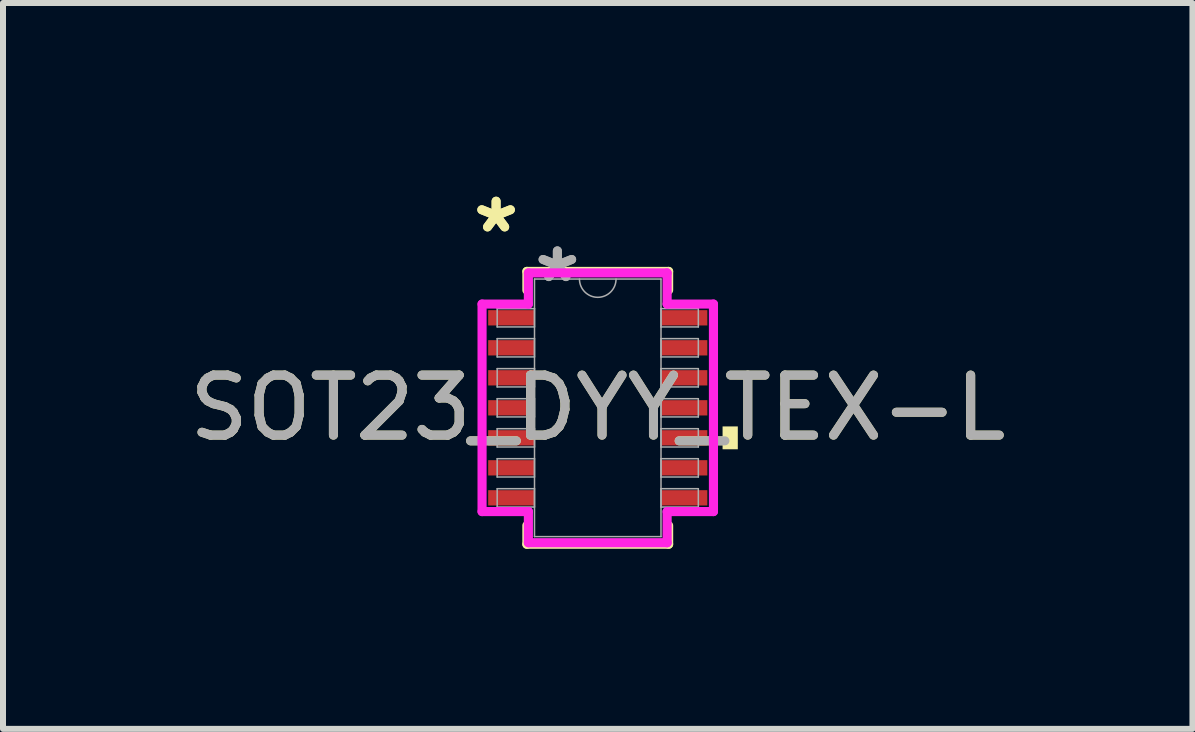
<source format=kicad_pcb>
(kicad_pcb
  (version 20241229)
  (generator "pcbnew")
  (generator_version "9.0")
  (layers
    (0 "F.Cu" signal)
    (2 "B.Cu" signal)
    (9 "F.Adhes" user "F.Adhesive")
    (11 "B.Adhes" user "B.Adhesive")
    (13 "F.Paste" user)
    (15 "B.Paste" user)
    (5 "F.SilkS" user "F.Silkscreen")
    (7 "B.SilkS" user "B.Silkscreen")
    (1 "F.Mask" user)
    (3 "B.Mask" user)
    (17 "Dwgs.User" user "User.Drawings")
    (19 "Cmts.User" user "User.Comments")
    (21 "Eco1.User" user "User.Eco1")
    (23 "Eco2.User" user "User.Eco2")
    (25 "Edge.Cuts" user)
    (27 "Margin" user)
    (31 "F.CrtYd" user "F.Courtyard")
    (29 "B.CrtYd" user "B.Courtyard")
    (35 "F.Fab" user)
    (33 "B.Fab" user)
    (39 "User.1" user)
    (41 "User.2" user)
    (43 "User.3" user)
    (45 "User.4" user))
  (footprint "SOT23_DYY_TEX-L"
    (layer "F.Cu")
    (at 6.911 3.746)
    (property "Reference" "SOT23_DYY_TEX-L" (at 0 0 0) (unlocked yes) (layer "F.SilkS") (effects (font (size 1 1) (thickness 0.15))))
    (attr smd)
    (fp_line (start -1.181 -2.273) (end -1.181 -1.961) (stroke (width 0.152) (type solid)) (layer "F.SilkS"))
    (fp_line (start -1.181 1.961) (end -1.181 2.273) (stroke (width 0.152) (type solid)) (layer "F.SilkS"))
    (fp_line (start -1.181 2.273) (end 1.181 2.273) (stroke (width 0.152) (type solid)) (layer "F.SilkS"))
    (fp_line (start 1.181 -2.273) (end -1.181 -2.273) (stroke (width 0.152) (type solid)) (layer "F.SilkS"))
    (fp_line (start 1.181 -1.961) (end 1.181 -2.273) (stroke (width 0.152) (type solid)) (layer "F.SilkS"))
    (fp_line (start 1.181 2.273) (end 1.181 1.961) (stroke (width 0.152) (type solid)) (layer "F.SilkS"))
    (fp_poly (pts (xy 2.334 0.31) (xy 2.334 0.691) (xy 2.08 0.691) (xy 2.08 0.31)) (stroke (width 0) (type solid)) (fill yes) (layer "F.SilkS"))
    (fp_line (start -1.928 -1.729) (end -1.156 -1.729) (stroke (width 0.152) (type solid)) (layer "F.CrtYd"))
    (fp_line (start -1.928 1.729) (end -1.928 -1.729) (stroke (width 0.152) (type solid)) (layer "F.CrtYd"))
    (fp_line (start -1.928 1.729) (end -1.156 1.729) (stroke (width 0.152) (type solid)) (layer "F.CrtYd"))
    (fp_line (start -1.156 -2.248) (end 1.156 -2.248) (stroke (width 0.152) (type solid)) (layer "F.CrtYd"))
    (fp_line (start -1.156 -1.729) (end -1.156 -2.248) (stroke (width 0.152) (type solid)) (layer "F.CrtYd"))
    (fp_line (start -1.156 2.248) (end -1.156 1.729) (stroke (width 0.152) (type solid)) (layer "F.CrtYd"))
    (fp_line (start 1.156 -2.248) (end 1.156 -1.729) (stroke (width 0.152) (type solid)) (layer "F.CrtYd"))
    (fp_line (start 1.156 1.729) (end 1.156 2.248) (stroke (width 0.152) (type solid)) (layer "F.CrtYd"))
    (fp_line (start 1.156 2.248) (end -1.156 2.248) (stroke (width 0.152) (type solid)) (layer "F.CrtYd"))
    (fp_line (start 1.928 -1.729) (end 1.156 -1.729) (stroke (width 0.152) (type solid)) (layer "F.CrtYd"))
    (fp_line (start 1.928 -1.729) (end 1.928 1.729) (stroke (width 0.152) (type solid)) (layer "F.CrtYd"))
    (fp_line (start 1.928 1.729) (end 1.156 1.729) (stroke (width 0.152) (type solid)) (layer "F.CrtYd"))
    (fp_line (start -1.676 -1.653) (end -1.676 -1.348) (stroke (width 0.025) (type solid)) (layer "F.Fab"))
    (fp_line (start -1.676 -1.348) (end -1.054 -1.348) (stroke (width 0.025) (type solid)) (layer "F.Fab"))
    (fp_line (start -1.676 -1.153) (end -1.676 -0.848) (stroke (width 0.025) (type solid)) (layer "F.Fab"))
    (fp_line (start -1.676 -0.848) (end -1.054 -0.848) (stroke (width 0.025) (type solid)) (layer "F.Fab"))
    (fp_line (start -1.676 -0.653) (end -1.676 -0.348) (stroke (width 0.025) (type solid)) (layer "F.Fab"))
    (fp_line (start -1.676 -0.348) (end -1.054 -0.348) (stroke (width 0.025) (type solid)) (layer "F.Fab"))
    (fp_line (start -1.676 -0.152) (end -1.676 0.152) (stroke (width 0.025) (type solid)) (layer "F.Fab"))
    (fp_line (start -1.676 0.152) (end -1.054 0.152) (stroke (width 0.025) (type solid)) (layer "F.Fab"))
    (fp_line (start -1.676 0.348) (end -1.676 0.653) (stroke (width 0.025) (type solid)) (layer "F.Fab"))
    (fp_line (start -1.676 0.653) (end -1.054 0.653) (stroke (width 0.025) (type solid)) (layer "F.Fab"))
    (fp_line (start -1.676 0.848) (end -1.676 1.153) (stroke (width 0.025) (type solid)) (layer "F.Fab"))
    (fp_line (start -1.676 1.153) (end -1.054 1.153) (stroke (width 0.025) (type solid)) (layer "F.Fab"))
    (fp_line (start -1.676 1.348) (end -1.676 1.653) (stroke (width 0.025) (type solid)) (layer "F.Fab"))
    (fp_line (start -1.676 1.653) (end -1.054 1.653) (stroke (width 0.025) (type solid)) (layer "F.Fab"))
    (fp_line (start -1.054 -2.146) (end -1.054 2.146) (stroke (width 0.025) (type solid)) (layer "F.Fab"))
    (fp_line (start -1.054 -1.653) (end -1.676 -1.653) (stroke (width 0.025) (type solid)) (layer "F.Fab"))
    (fp_line (start -1.054 -1.348) (end -1.054 -1.653) (stroke (width 0.025) (type solid)) (layer "F.Fab"))
    (fp_line (start -1.054 -1.153) (end -1.676 -1.153) (stroke (width 0.025) (type solid)) (layer "F.Fab"))
    (fp_line (start -1.054 -0.848) (end -1.054 -1.153) (stroke (width 0.025) (type solid)) (layer "F.Fab"))
    (fp_line (start -1.054 -0.653) (end -1.676 -0.653) (stroke (width 0.025) (type solid)) (layer "F.Fab"))
    (fp_line (start -1.054 -0.348) (end -1.054 -0.653) (stroke (width 0.025) (type solid)) (layer "F.Fab"))
    (fp_line (start -1.054 -0.152) (end -1.676 -0.152) (stroke (width 0.025) (type solid)) (layer "F.Fab"))
    (fp_line (start -1.054 0.152) (end -1.054 -0.152) (stroke (width 0.025) (type solid)) (layer "F.Fab"))
    (fp_line (start -1.054 0.348) (end -1.676 0.348) (stroke (width 0.025) (type solid)) (layer "F.Fab"))
    (fp_line (start -1.054 0.653) (end -1.054 0.348) (stroke (width 0.025) (type solid)) (layer "F.Fab"))
    (fp_line (start -1.054 0.848) (end -1.676 0.848) (stroke (width 0.025) (type solid)) (layer "F.Fab"))
    (fp_line (start -1.054 1.153) (end -1.054 0.848) (stroke (width 0.025) (type solid)) (layer "F.Fab"))
    (fp_line (start -1.054 1.348) (end -1.676 1.348) (stroke (width 0.025) (type solid)) (layer "F.Fab"))
    (fp_line (start -1.054 1.653) (end -1.054 1.348) (stroke (width 0.025) (type solid)) (layer "F.Fab"))
    (fp_line (start -1.054 2.146) (end 1.054 2.146) (stroke (width 0.025) (type solid)) (layer "F.Fab"))
    (fp_line (start 1.054 -2.146) (end -1.054 -2.146) (stroke (width 0.025) (type solid)) (layer "F.Fab"))
    (fp_line (start 1.054 -1.653) (end 1.054 -1.348) (stroke (width 0.025) (type solid)) (layer "F.Fab"))
    (fp_line (start 1.054 -1.348) (end 1.676 -1.348) (stroke (width 0.025) (type solid)) (layer "F.Fab"))
    (fp_line (start 1.054 -1.153) (end 1.054 -0.848) (stroke (width 0.025) (type solid)) (layer "F.Fab"))
    (fp_line (start 1.054 -0.848) (end 1.676 -0.848) (stroke (width 0.025) (type solid)) (layer "F.Fab"))
    (fp_line (start 1.054 -0.653) (end 1.054 -0.348) (stroke (width 0.025) (type solid)) (layer "F.Fab"))
    (fp_line (start 1.054 -0.348) (end 1.676 -0.348) (stroke (width 0.025) (type solid)) (layer "F.Fab"))
    (fp_line (start 1.054 -0.152) (end 1.054 0.152) (stroke (width 0.025) (type solid)) (layer "F.Fab"))
    (fp_line (start 1.054 0.152) (end 1.676 0.152) (stroke (width 0.025) (type solid)) (layer "F.Fab"))
    (fp_line (start 1.054 0.348) (end 1.054 0.653) (stroke (width 0.025) (type solid)) (layer "F.Fab"))
    (fp_line (start 1.054 0.653) (end 1.676 0.653) (stroke (width 0.025) (type solid)) (layer "F.Fab"))
    (fp_line (start 1.054 0.848) (end 1.054 1.153) (stroke (width 0.025) (type solid)) (layer "F.Fab"))
    (fp_line (start 1.054 1.153) (end 1.676 1.153) (stroke (width 0.025) (type solid)) (layer "F.Fab"))
    (fp_line (start 1.054 1.348) (end 1.054 1.653) (stroke (width 0.025) (type solid)) (layer "F.Fab"))
    (fp_line (start 1.054 1.653) (end 1.676 1.653) (stroke (width 0.025) (type solid)) (layer "F.Fab"))
    (fp_line (start 1.054 2.146) (end 1.054 -2.146) (stroke (width 0.025) (type solid)) (layer "F.Fab"))
    (fp_line (start 1.676 -1.653) (end 1.054 -1.653) (stroke (width 0.025) (type solid)) (layer "F.Fab"))
    (fp_line (start 1.676 -1.348) (end 1.676 -1.653) (stroke (width 0.025) (type solid)) (layer "F.Fab"))
    (fp_line (start 1.676 -1.153) (end 1.054 -1.153) (stroke (width 0.025) (type solid)) (layer "F.Fab"))
    (fp_line (start 1.676 -0.848) (end 1.676 -1.153) (stroke (width 0.025) (type solid)) (layer "F.Fab"))
    (fp_line (start 1.676 -0.653) (end 1.054 -0.653) (stroke (width 0.025) (type solid)) (layer "F.Fab"))
    (fp_line (start 1.676 -0.348) (end 1.676 -0.653) (stroke (width 0.025) (type solid)) (layer "F.Fab"))
    (fp_line (start 1.676 -0.152) (end 1.054 -0.152) (stroke (width 0.025) (type solid)) (layer "F.Fab"))
    (fp_line (start 1.676 0.152) (end 1.676 -0.152) (stroke (width 0.025) (type solid)) (layer "F.Fab"))
    (fp_line (start 1.676 0.348) (end 1.054 0.348) (stroke (width 0.025) (type solid)) (layer "F.Fab"))
    (fp_line (start 1.676 0.653) (end 1.676 0.348) (stroke (width 0.025) (type solid)) (layer "F.Fab"))
    (fp_line (start 1.676 0.848) (end 1.054 0.848) (stroke (width 0.025) (type solid)) (layer "F.Fab"))
    (fp_line (start 1.676 1.153) (end 1.676 0.848) (stroke (width 0.025) (type solid)) (layer "F.Fab"))
    (fp_line (start 1.676 1.348) (end 1.054 1.348) (stroke (width 0.025) (type solid)) (layer "F.Fab"))
    (fp_line (start 1.676 1.653) (end 1.676 1.348) (stroke (width 0.025) (type solid)) (layer "F.Fab"))
    (fp_arc (start 0.3048 -2.1463) (mid 0 -1.8415) (end -0.3048 -2.1463) (stroke (width 0.0254) (type solid)) (layer "F.Fab"))
    (fp_text user "*" (at -1.694 -2.898 0) (unlocked yes) (layer "F.SilkS") (effects (font (size 1 1) (thickness 0.15))))
    (fp_text user "*" (at -1.694 -2.898 0) (layer "F.SilkS") (effects (font (size 1 1) (thickness 0.15))))
    (fp_text user "*" (at -0.673 -2.07 0) (layer "F.Fab") (effects (font (size 1 1) (thickness 0.15))))
    (fp_text user "${REFERENCE}" (at 0 0 0) (unlocked yes) (layer "F.Fab") (effects (font (size 1 1) (thickness 0.15))))
    (fp_text user "*" (at -0.673 -2.07 0) (unlocked yes) (layer "F.Fab") (effects (font (size 1 1) (thickness 0.15))))
    (pad "1" smd rect (at -1.44 -1.5) (size 0.772 0.255) (layers "F.Cu" "F.Mask" "F.Paste"))
    (pad "2" smd rect (at -1.44 -1) (size 0.772 0.255) (layers "F.Cu" "F.Mask" "F.Paste"))
    (pad "3" smd rect (at -1.44 -0.5) (size 0.772 0.255) (layers "F.Cu" "F.Mask" "F.Paste"))
    (pad "4" smd rect (at -1.44 0) (size 0.772 0.255) (layers "F.Cu" "F.Mask" "F.Paste"))
    (pad "5" smd rect (at -1.44 0.5) (size 0.772 0.255) (layers "F.Cu" "F.Mask" "F.Paste"))
    (pad "6" smd rect (at -1.44 1) (size 0.772 0.255) (layers "F.Cu" "F.Mask" "F.Paste"))
    (pad "7" smd rect (at -1.44 1.5) (size 0.772 0.255) (layers "F.Cu" "F.Mask" "F.Paste"))
    (pad "8" smd rect (at 1.44 1.5) (size 0.772 0.255) (layers "F.Cu" "F.Mask" "F.Paste"))
    (pad "9" smd rect (at 1.44 1) (size 0.772 0.255) (layers "F.Cu" "F.Mask" "F.Paste"))
    (pad "10" smd rect (at 1.44 0.5) (size 0.772 0.255) (layers "F.Cu" "F.Mask" "F.Paste"))
    (pad "11" smd rect (at 1.44 0) (size 0.772 0.255) (layers "F.Cu" "F.Mask" "F.Paste"))
    (pad "12" smd rect (at 1.44 -0.5) (size 0.772 0.255) (layers "F.Cu" "F.Mask" "F.Paste"))
    (pad "13" smd rect (at 1.44 -1) (size 0.772 0.255) (layers "F.Cu" "F.Mask" "F.Paste"))
    (pad "14" smd rect (at 1.44 -1.5) (size 0.772 0.255) (layers "F.Cu" "F.Mask" "F.Paste")))
  (gr_rect
    (start -3 -3)
    (end 16.821 9.096)
    (stroke (width 0.1) (type default))
    (fill no)
    (layer "Edge.Cuts")))
</source>
